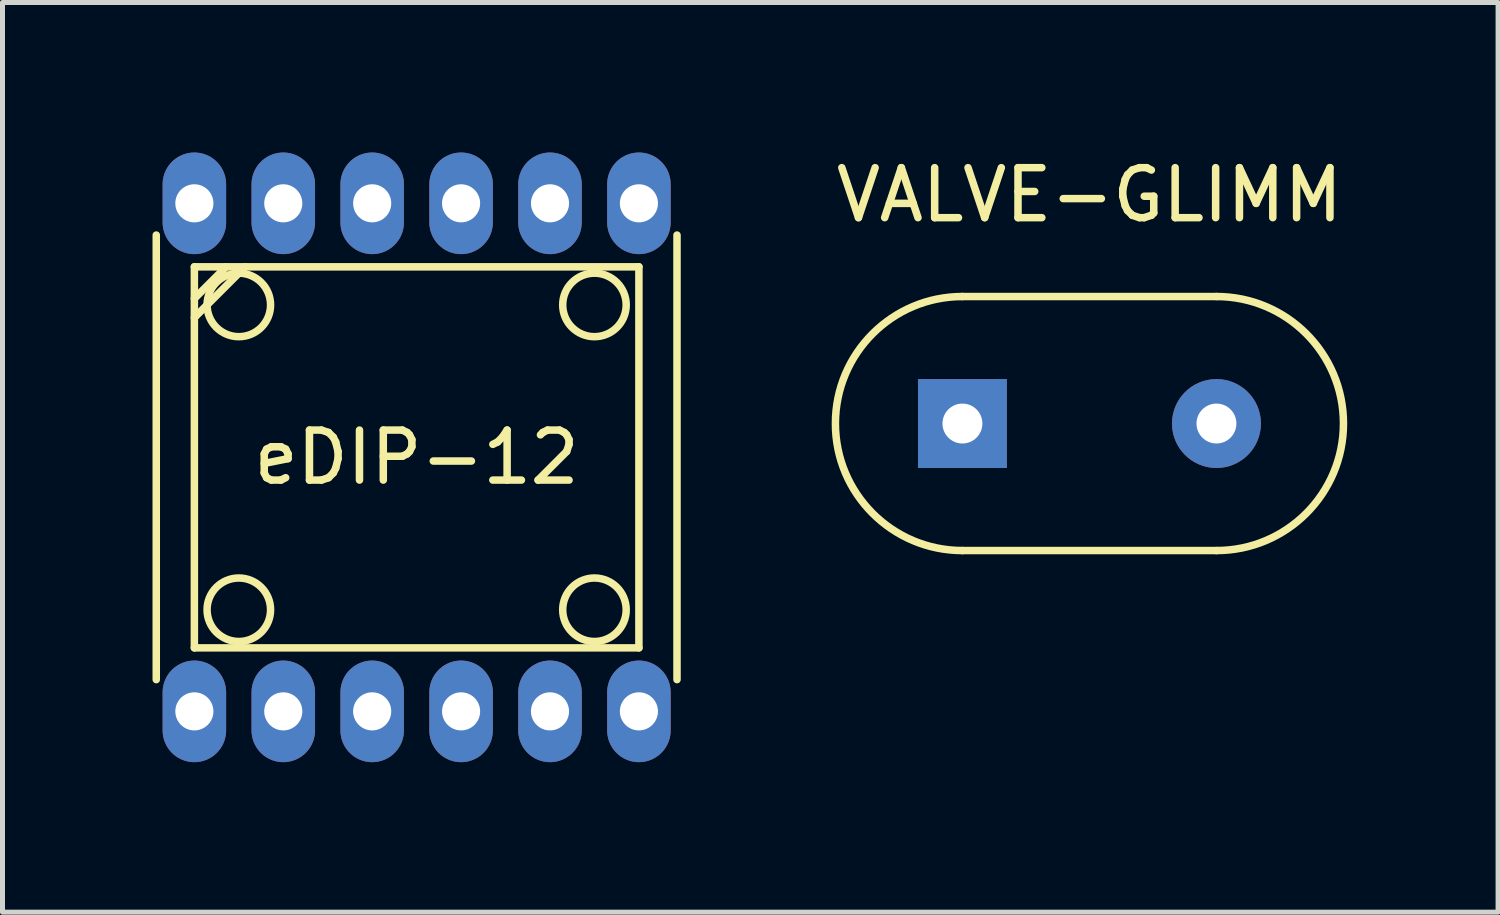
<source format=kicad_pcb>
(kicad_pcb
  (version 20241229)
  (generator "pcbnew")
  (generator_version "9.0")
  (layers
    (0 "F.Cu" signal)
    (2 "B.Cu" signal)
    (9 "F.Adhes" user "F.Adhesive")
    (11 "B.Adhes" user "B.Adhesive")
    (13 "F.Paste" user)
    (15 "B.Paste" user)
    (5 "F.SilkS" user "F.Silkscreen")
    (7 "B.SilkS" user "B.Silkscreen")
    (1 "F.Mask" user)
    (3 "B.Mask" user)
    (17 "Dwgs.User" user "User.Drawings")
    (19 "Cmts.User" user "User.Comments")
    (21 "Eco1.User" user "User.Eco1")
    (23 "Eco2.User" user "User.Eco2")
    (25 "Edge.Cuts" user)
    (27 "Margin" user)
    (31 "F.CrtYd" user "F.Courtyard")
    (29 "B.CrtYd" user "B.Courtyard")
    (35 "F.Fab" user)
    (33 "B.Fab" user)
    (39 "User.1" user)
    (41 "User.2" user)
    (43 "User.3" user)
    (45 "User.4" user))
  (footprint "eDIP-12"
    (layer "F.Cu")
    (at 5.282 6.096)
    (property "Reference" "eDIP-12" (at 0 0 0) (layer "F.SilkS") (effects (font (size 1 1) (thickness 0.15))))
    (attr through_hole)
    (fp_line (start -5.207 4.445) (end -5.207 -4.445) (stroke (width 0.15) (type solid)) (layer "F.SilkS"))
    (fp_line (start -4.445 -3.81) (end -4.445 3.81) (stroke (width 0.15) (type solid)) (layer "F.SilkS"))
    (fp_line (start -4.445 -2.794) (end -3.429 -3.81) (stroke (width 0.15) (type solid)) (layer "F.SilkS"))
    (fp_line (start -4.445 3.81) (end 4.445 3.81) (stroke (width 0.15) (type solid)) (layer "F.SilkS"))
    (fp_line (start -3.81 -3.81) (end -4.445 -3.175) (stroke (width 0.15) (type solid)) (layer "F.SilkS"))
    (fp_line (start 4.445 -3.81) (end -4.445 -3.81) (stroke (width 0.15) (type solid)) (layer "F.SilkS"))
    (fp_line (start 4.445 3.81) (end 4.445 -3.81) (stroke (width 0.15) (type solid)) (layer "F.SilkS"))
    (fp_line (start 5.207 -4.445) (end 5.207 4.445) (stroke (width 0.15) (type solid)) (layer "F.SilkS"))
    (fp_circle (center -3.556 -3.048) (end -3.556 -3.683) (stroke (width 0.15) (type solid)) (fill no) (layer "F.SilkS"))
    (fp_circle (center -3.556 3.048) (end -3.556 3.683) (stroke (width 0.15) (type solid)) (fill no) (layer "F.SilkS"))
    (fp_circle (center 3.556 -3.048) (end 4.191 -3.048) (stroke (width 0.15) (type solid)) (fill no) (layer "F.SilkS"))
    (fp_circle (center 3.556 3.048) (end 4.191 3.048) (stroke (width 0.15) (type solid)) (fill no) (layer "F.SilkS"))
    (pad "1" thru_hole oval (at -4.445 -5.08) (size 1.27 2.032) (drill 0.762) (layers "*.Cu" "*.Mask"))
    (pad "2" thru_hole oval (at -2.667 -5.08) (size 1.27 2.032) (drill 0.762) (layers "*.Cu" "*.Mask"))
    (pad "3" thru_hole oval (at -0.889 -5.08) (size 1.27 2.032) (drill 0.762) (layers "*.Cu" "*.Mask"))
    (pad "4" thru_hole oval (at 0.889 -5.08) (size 1.27 2.032) (drill 0.762) (layers "*.Cu" "*.Mask"))
    (pad "5" thru_hole oval (at 2.667 -5.08) (size 1.27 2.032) (drill 0.762) (layers "*.Cu" "*.Mask"))
    (pad "6" thru_hole oval (at 4.445 -5.08) (size 1.27 2.032) (drill 0.762) (layers "*.Cu" "*.Mask"))
    (pad "7" thru_hole oval (at 4.445 5.08) (size 1.27 2.032) (drill 0.762) (layers "*.Cu" "*.Mask"))
    (pad "8" thru_hole oval (at 2.667 5.08) (size 1.27 2.032) (drill 0.762) (layers "*.Cu" "*.Mask"))
    (pad "9" thru_hole oval (at 0.889 5.08) (size 1.27 2.032) (drill 0.762) (layers "*.Cu" "*.Mask"))
    (pad "10" thru_hole oval (at -0.889 5.08) (size 1.27 2.032) (drill 0.762) (layers "*.Cu" "*.Mask"))
    (pad "11" thru_hole oval (at -2.667 5.08) (size 1.27 2.032) (drill 0.762) (layers "*.Cu" "*.Mask"))
    (pad "12" thru_hole oval (at -4.445 5.08) (size 1.27 2.032) (drill 0.762) (layers "*.Cu" "*.Mask")))
  (footprint "VALVE-GLIMM"
    (layer "F.Cu")
    (at 17.467 5.42)
    (property "Reference" "VALVE-GLIMM" (at 1.27 -4.572 0) (layer "F.SilkS") (effects (font (size 1 1) (thickness 0.15))))
    (attr exclude_from_pos_files exclude_from_bom)
    (fp_line (start -1.27 -2.54) (end 3.81 -2.54) (stroke (width 0.15) (type solid)) (layer "F.SilkS"))
    (fp_line (start -1.27 2.54) (end 3.81 2.54) (stroke (width 0.15) (type solid)) (layer "F.SilkS"))
    (fp_arc (start -1.27 2.54) (mid -3.81 0) (end -1.27 -2.54) (stroke (width 0.15) (type solid)) (layer "F.SilkS"))
    (fp_arc (start 3.81 -2.54) (mid 6.35 0) (end 3.81 2.54) (stroke (width 0.15) (type solid)) (layer "F.SilkS"))
    (pad "1" thru_hole rect (at -1.27 0) (size 1.778 1.778) (drill 0.798) (layers "*.Cu" "F.Mask" "F.Paste"))
    (pad "2" thru_hole circle (at 3.81 0) (size 1.778 1.778) (drill 0.798) (layers "*.Cu" "F.Mask" "F.Paste")))
  (gr_rect
    (start -3 -3)
    (end 26.909 15.192)
    (stroke (width 0.1) (type default))
    (fill no)
    (layer "Edge.Cuts")))
</source>
